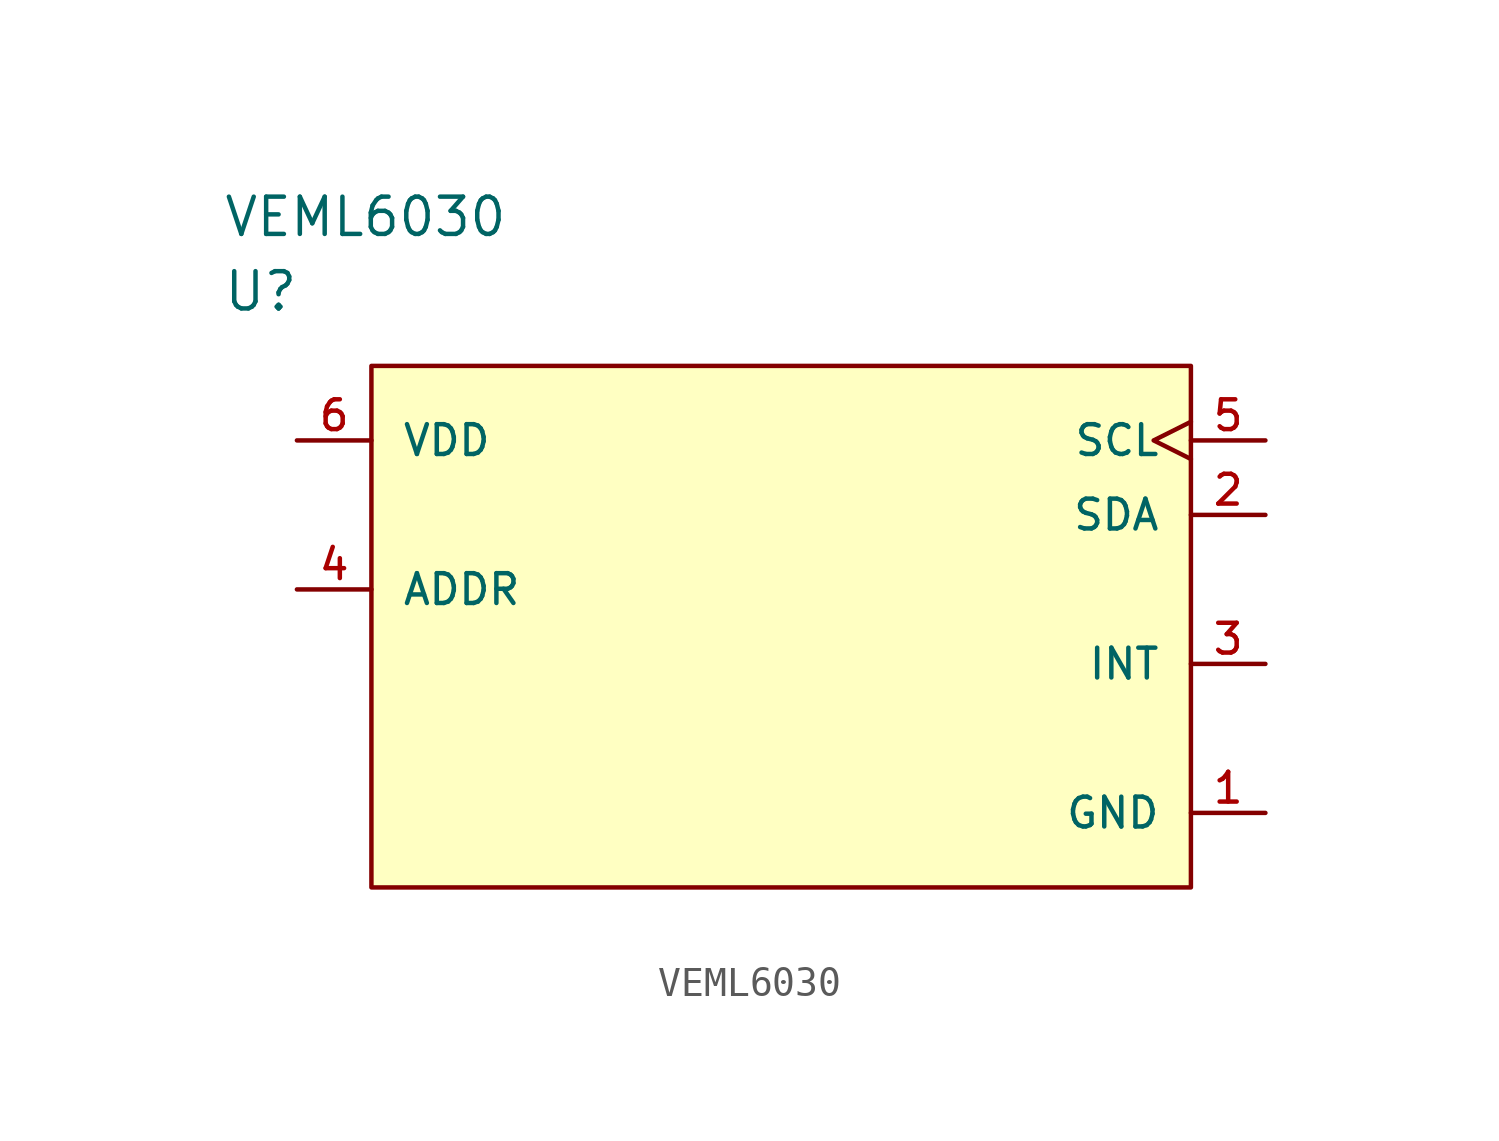
<source format=kicad_sym>
(kicad_symbol_lib
  (version 20231120)
  (generator "kicad_symbol_editor")
  (generator_version "8.0")
  (symbol "VEML6030"
    (pin_names
      (offset 1.016))
    (property "Reference" "U"
      (at 0 5.08 0)
      (effects (font (size 1.27 1.27)) (justify left)))
    (property "Value" "VEML6030"
      (at 0 7.62 0)
      (effects (font (size 1.27 1.27)) (justify left)))
    (property "ki_locked" ""
      (at 0 0 0)
      (effects (font (size 1.27 1.27))))
    (symbol "VEML6030_1_1"
      (rectangle (start 5.08 2.54) (end 33.02 -15.24) (stroke (width 0) (type solid)) (fill (type background)))
      (pin power_in line (at 35.56 -12.7 180) (length 2.54) (name "GND" (effects (font (size 1.016 1.016)))) (number "1" (effects (font (size 1.016 1.016)))))
      (pin bidirectional line (at 35.56 -2.54 180) (length 2.54) (name "SDA" (effects (font (size 1.016 1.016)))) (number "2" (effects (font (size 1.016 1.016)))))
      (pin output line (at 35.56 -7.62 180) (length 2.54) (name "INT" (effects (font (size 1.016 1.016)))) (number "3" (effects (font (size 1.016 1.016)))))
      (pin bidirectional line (at 2.54 -5.08 0) (length 2.54) (name "ADDR" (effects (font (size 1.016 1.016)))) (number "4" (effects (font (size 1.016 1.016)))))
      (pin input clock (at 35.56 0 180) (length 2.54) (name "SCL" (effects (font (size 1.016 1.016)))) (number "5" (effects (font (size 1.016 1.016)))))
      (pin power_in line (at 2.54 0 0) (length 2.54) (name "VDD" (effects (font (size 1.016 1.016)))) (number "6" (effects (font (size 1.016 1.016))))))))
</source>
